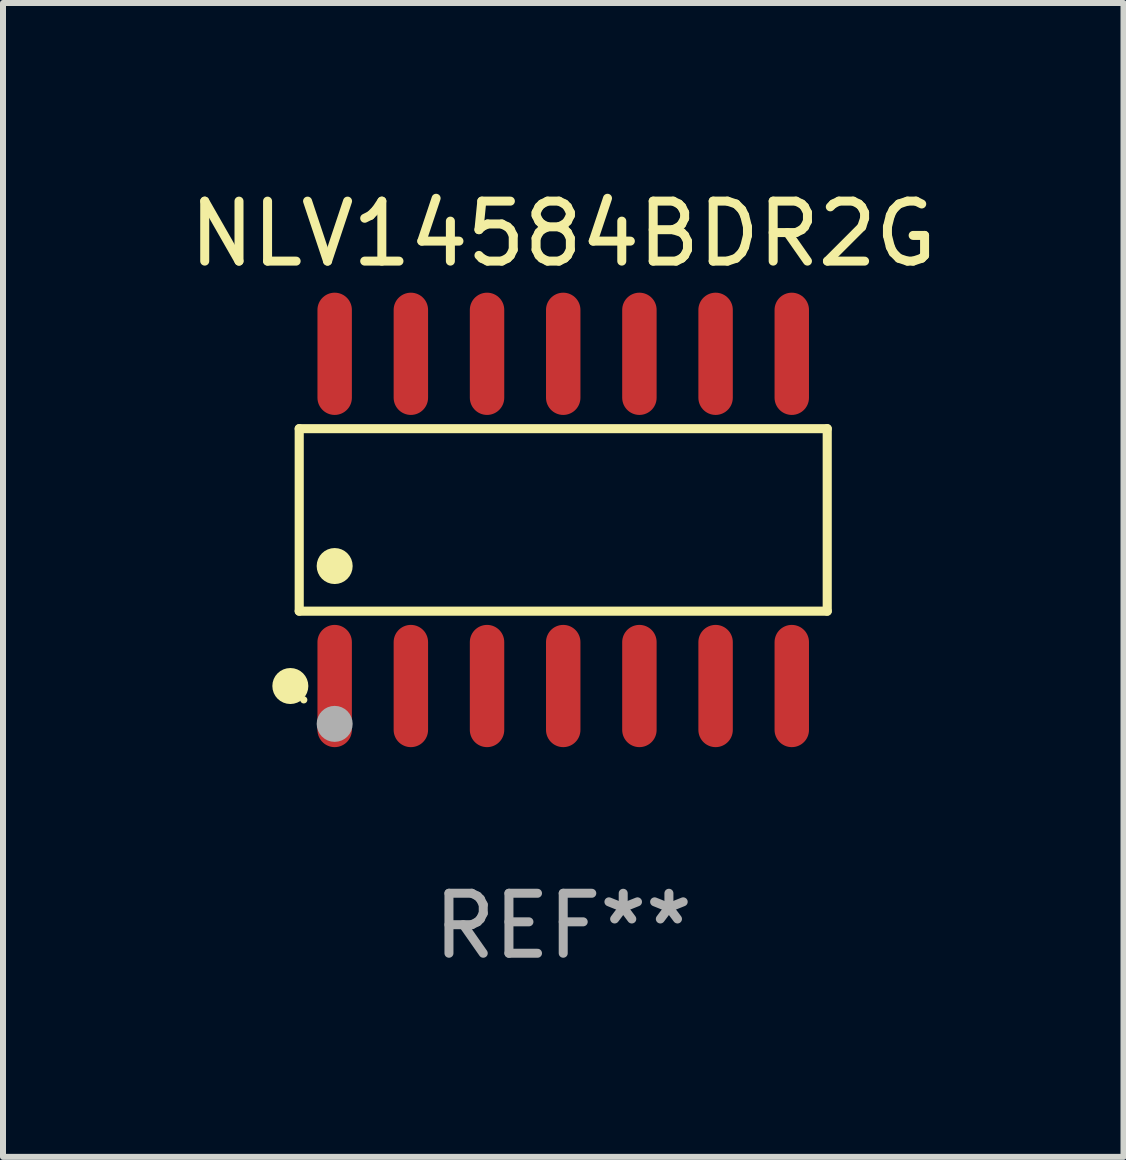
<source format=kicad_pcb>
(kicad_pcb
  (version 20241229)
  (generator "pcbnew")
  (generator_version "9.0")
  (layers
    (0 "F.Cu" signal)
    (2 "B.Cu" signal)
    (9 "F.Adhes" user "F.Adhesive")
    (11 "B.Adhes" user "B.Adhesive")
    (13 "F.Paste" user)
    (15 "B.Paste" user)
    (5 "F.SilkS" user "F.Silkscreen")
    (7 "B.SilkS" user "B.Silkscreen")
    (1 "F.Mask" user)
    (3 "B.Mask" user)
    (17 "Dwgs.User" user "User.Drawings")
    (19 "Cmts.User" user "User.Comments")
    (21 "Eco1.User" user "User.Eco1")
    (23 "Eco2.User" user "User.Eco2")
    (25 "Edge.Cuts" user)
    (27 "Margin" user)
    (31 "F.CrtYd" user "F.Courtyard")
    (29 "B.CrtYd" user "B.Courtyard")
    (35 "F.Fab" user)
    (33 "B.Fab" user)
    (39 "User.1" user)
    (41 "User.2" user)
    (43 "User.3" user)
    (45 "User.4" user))
  (footprint "NLV14584BDR2G"
    (layer "F.Cu")
    (at 6.339 5.617)
    (property "Reference" "NLV14584BDR2G" (at 0 -4.769 0) (layer "F.SilkS") (effects (font (size 1 1) (thickness 0.15))))
    (attr through_hole)
    (fp_line (start -4.401 -1.521) (end 4.401 -1.521) (stroke (width 0.152) (type solid)) (layer "F.SilkS"))
    (fp_line (start -4.401 1.521) (end -4.401 -1.521) (stroke (width 0.152) (type solid)) (layer "F.SilkS"))
    (fp_line (start 4.401 -1.521) (end 4.401 1.521) (stroke (width 0.152) (type solid)) (layer "F.SilkS"))
    (fp_line (start 4.401 1.521) (end -4.401 1.521) (stroke (width 0.152) (type solid)) (layer "F.SilkS"))
    (fp_circle (center -4.549 2.769) (end -4.399 2.769) (stroke (width 0.3) (type solid)) (fill no) (layer "F.SilkS"))
    (fp_circle (center -4.325 3) (end -4.295 3) (stroke (width 0.06) (type solid)) (fill no) (layer "F.SilkS"))
    (fp_circle (center -3.81 0.769) (end -3.66 0.769) (stroke (width 0.3) (type solid)) (fill no) (layer "F.SilkS"))
    (fp_circle (center -3.81 3.4) (end -3.66 3.4) (stroke (width 0.3) (type solid)) (fill no) (layer "F.Fab"))
    (fp_text user "REF**" (at 0 6.769 0) (layer "F.Fab") (effects (font (size 1 1) (thickness 0.15))))
    (pad "1" smd oval (at -3.81 2.769) (size 0.574 2.038) (layers "F.Cu" "F.Mask" "F.Paste"))
    (pad "2" smd oval (at -2.54 2.769) (size 0.574 2.038) (layers "F.Cu" "F.Mask" "F.Paste"))
    (pad "3" smd oval (at -1.27 2.769) (size 0.574 2.038) (layers "F.Cu" "F.Mask" "F.Paste"))
    (pad "4" smd oval (at 0 2.769) (size 0.574 2.038) (layers "F.Cu" "F.Mask" "F.Paste"))
    (pad "5" smd oval (at 1.27 2.769) (size 0.574 2.038) (layers "F.Cu" "F.Mask" "F.Paste"))
    (pad "6" smd oval (at 2.54 2.769) (size 0.574 2.038) (layers "F.Cu" "F.Mask" "F.Paste"))
    (pad "7" smd oval (at 3.81 2.769) (size 0.574 2.038) (layers "F.Cu" "F.Mask" "F.Paste"))
    (pad "8" smd oval (at 3.81 -2.769) (size 0.574 2.038) (layers "F.Cu" "F.Mask" "F.Paste"))
    (pad "9" smd oval (at 2.54 -2.769) (size 0.574 2.038) (layers "F.Cu" "F.Mask" "F.Paste"))
    (pad "10" smd oval (at 1.27 -2.769) (size 0.574 2.038) (layers "F.Cu" "F.Mask" "F.Paste"))
    (pad "11" smd oval (at 0 -2.769) (size 0.574 2.038) (layers "F.Cu" "F.Mask" "F.Paste"))
    (pad "12" smd oval (at -1.27 -2.769) (size 0.574 2.038) (layers "F.Cu" "F.Mask" "F.Paste"))
    (pad "13" smd oval (at -2.54 -2.769) (size 0.574 2.038) (layers "F.Cu" "F.Mask" "F.Paste"))
    (pad "14" smd oval (at -3.81 -2.769) (size 0.574 2.038) (layers "F.Cu" "F.Mask" "F.Paste")))
  (gr_rect
    (start -3 -3)
    (end 15.679 16.235)
    (stroke (width 0.1) (type default))
    (fill no)
    (layer "Edge.Cuts")))
</source>
